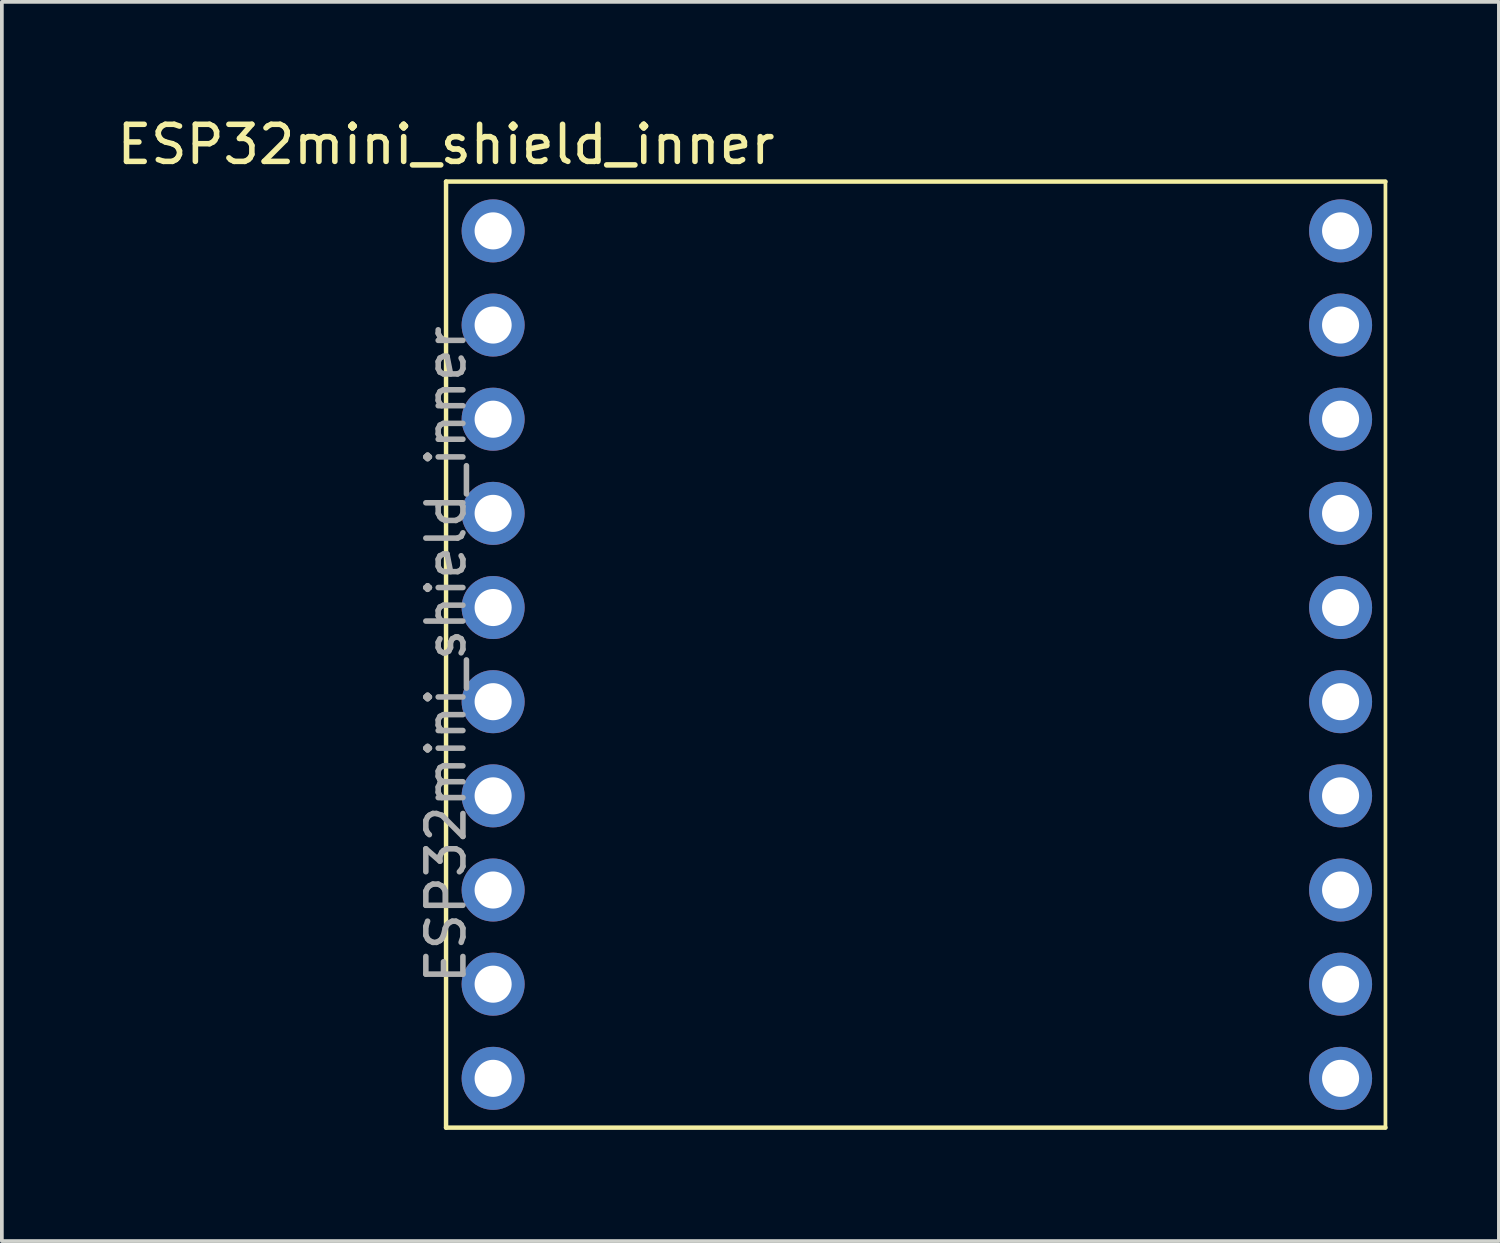
<source format=kicad_pcb>
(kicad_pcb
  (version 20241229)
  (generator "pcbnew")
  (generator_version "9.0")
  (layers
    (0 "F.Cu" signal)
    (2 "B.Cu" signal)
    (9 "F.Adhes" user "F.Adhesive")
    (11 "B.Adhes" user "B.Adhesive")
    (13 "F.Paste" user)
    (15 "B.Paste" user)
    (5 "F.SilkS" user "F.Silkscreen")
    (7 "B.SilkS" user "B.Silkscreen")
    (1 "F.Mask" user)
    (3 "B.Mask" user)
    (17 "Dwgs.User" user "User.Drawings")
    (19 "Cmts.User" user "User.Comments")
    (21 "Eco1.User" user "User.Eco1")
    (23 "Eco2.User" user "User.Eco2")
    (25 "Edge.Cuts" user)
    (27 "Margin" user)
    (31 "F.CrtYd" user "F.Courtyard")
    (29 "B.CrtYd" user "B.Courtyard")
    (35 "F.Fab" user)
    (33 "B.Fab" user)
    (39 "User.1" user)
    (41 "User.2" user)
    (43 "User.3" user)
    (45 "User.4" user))
  (footprint "ESP32mini_shield_inner"
    (layer "F.Cu")
    (at 7.712 3.178)
    (property "Reference" "ESP32mini_shield_inner" (at 1.27 -2.33 0) (layer "F.SilkS") (effects (font (size 1 1) (thickness 0.15))))
    (attr through_hole)
    (fp_line (start 1.27 -1.33) (end 1.27 24.19) (stroke (width 0.12) (type solid)) (layer "F.SilkS"))
    (fp_line (start 1.27 -1.33) (end 26.61 -1.33) (stroke (width 0.12) (type solid)) (layer "F.SilkS"))
    (fp_line (start 1.27 24.19) (end 26.61 24.19) (stroke (width 0.12) (type solid)) (layer "F.SilkS"))
    (fp_line (start 26.61 -1.33) (end 26.61 24.19) (stroke (width 0.1) (type solid)) (layer "F.SilkS"))
    (fp_text user "${REFERENCE}" (at 1.27 11.43 90) (layer "F.Fab") (effects (font (size 1 1) (thickness 0.15))))
    (pad "2" thru_hole oval (at 2.54 0) (size 1.7 1.7) (drill 1) (layers "*.Cu" "*.Mask"))
    (pad "4" thru_hole oval (at 2.54 2.54) (size 1.7 1.7) (drill 1) (layers "*.Cu" "*.Mask"))
    (pad "6" thru_hole oval (at 2.54 5.08) (size 1.7 1.7) (drill 1) (layers "*.Cu" "*.Mask"))
    (pad "8" thru_hole oval (at 2.54 7.62) (size 1.7 1.7) (drill 1) (layers "*.Cu" "*.Mask"))
    (pad "10" thru_hole oval (at 2.54 10.16) (size 1.7 1.7) (drill 1) (layers "*.Cu" "*.Mask"))
    (pad "12" thru_hole oval (at 2.54 12.7) (size 1.7 1.7) (drill 1) (layers "*.Cu" "*.Mask"))
    (pad "14" thru_hole oval (at 2.54 15.24) (size 1.7 1.7) (drill 1) (layers "*.Cu" "*.Mask"))
    (pad "16" thru_hole oval (at 2.54 17.78) (size 1.7 1.7) (drill 1) (layers "*.Cu" "*.Mask"))
    (pad "18" thru_hole oval (at 2.54 20.32) (size 1.7 1.7) (drill 1) (layers "*.Cu" "*.Mask"))
    (pad "20" thru_hole oval (at 2.54 22.86) (size 1.7 1.7) (drill 1) (layers "*.Cu" "*.Mask"))
    (pad "21" thru_hole oval (at 25.4 0) (size 1.7 1.7) (drill 1) (layers "*.Cu" "*.Mask"))
    (pad "23" thru_hole oval (at 25.4 2.54) (size 1.7 1.7) (drill 1) (layers "*.Cu" "*.Mask"))
    (pad "25" thru_hole oval (at 25.4 5.08) (size 1.7 1.7) (drill 1) (layers "*.Cu" "*.Mask"))
    (pad "27" thru_hole oval (at 25.4 7.62) (size 1.7 1.7) (drill 1) (layers "*.Cu" "*.Mask"))
    (pad "29" thru_hole oval (at 25.4 10.16) (size 1.7 1.7) (drill 1) (layers "*.Cu" "*.Mask"))
    (pad "31" thru_hole oval (at 25.4 12.7) (size 1.7 1.7) (drill 1) (layers "*.Cu" "*.Mask"))
    (pad "33" thru_hole oval (at 25.4 15.24) (size 1.7 1.7) (drill 1) (layers "*.Cu" "*.Mask"))
    (pad "35" thru_hole oval (at 25.4 17.78) (size 1.7 1.7) (drill 1) (layers "*.Cu" "*.Mask"))
    (pad "37" thru_hole oval (at 25.4 20.32) (size 1.7 1.7) (drill 1) (layers "*.Cu" "*.Mask"))
    (pad "39" thru_hole oval (at 25.4 22.86) (size 1.7 1.7) (drill 1) (layers "*.Cu" "*.Mask")))
  (gr_rect
    (start -3 -3)
    (end 37.382 30.428)
    (stroke (width 0.1) (type default))
    (fill no)
    (layer "Edge.Cuts")))
</source>
